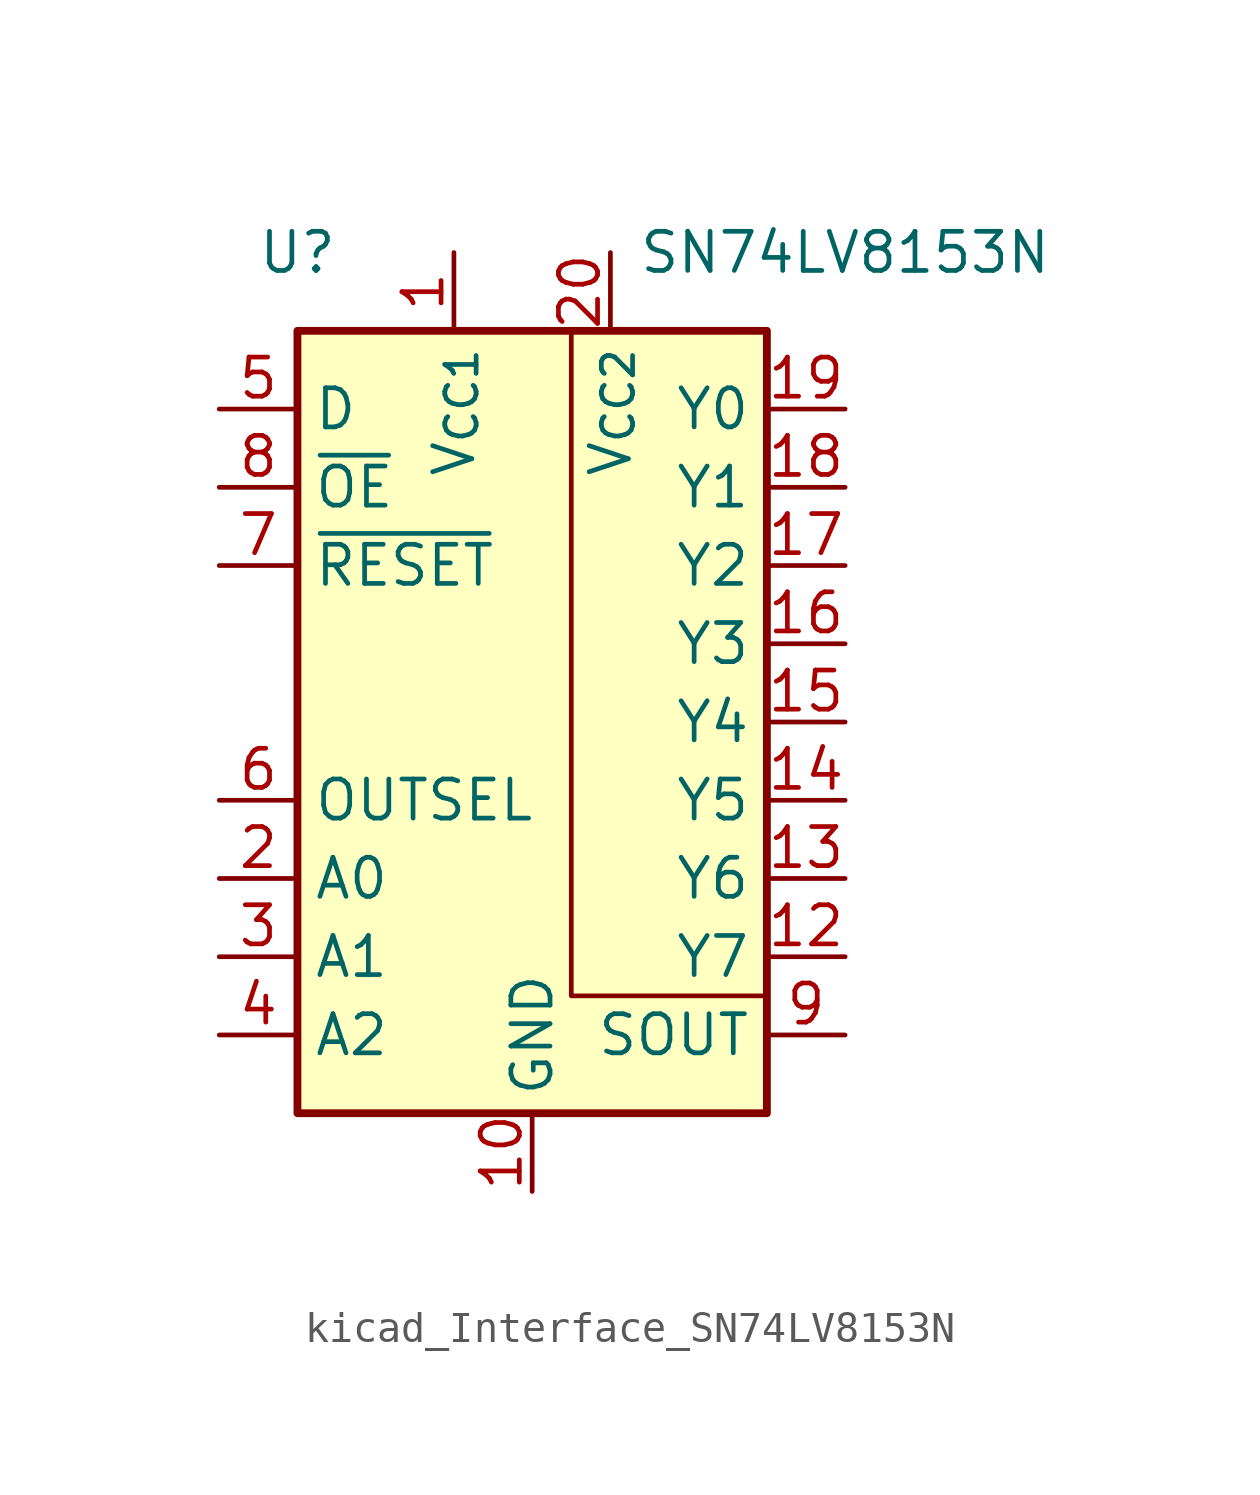
<source format=kicad_sym>
(kicad_symbol_lib
  (version 20220914)
  (generator kicad_symbol_editor)
  (symbol "kicad_Interface_SN74LV8153N"
    (property "Reference" "U"
      (at -7.62 15.24 0)
      (effects (font (size 1.27 1.27))))
    (property "Value" "SN74LV8153N"
      (at 10.16 15.24 0)
      (effects (font (size 1.27 1.27))))
    (symbol "kicad_Interface_SN74LV8153N_0_1"
      (rectangle (start -7.62 12.7) (end 7.62 -12.7) (stroke (width 0.254) (type default)) (fill (type background)))
      (polyline (pts (xy 1.27 12.7) (xy 1.27 -8.89) (xy 7.62 -8.89)) (stroke (width 0) (type default)) (fill (type none))))
    (symbol "kicad_Interface_SN74LV8153N_1_1"
      (pin power_in line (at -2.54 15.24 270) (length 2.54) (name "V_{CC1}" (effects (font (size 1.27 1.27)))) (number "1" (effects (font (size 1.27 1.27)))))
      (pin power_in line (at 0 -15.24 90) (length 2.54) (name "GND" (effects (font (size 1.27 1.27)))) (number "10" (effects (font (size 1.27 1.27)))))
      (pin passive line (at 0 -15.24 90) (length 2.54) hide (name "GND" (effects (font (size 1.27 1.27)))) (number "11" (effects (font (size 1.27 1.27)))))
      (pin open_collector line (at 10.16 -7.62 180) (length 2.54) (name "Y7" (effects (font (size 1.27 1.27)))) (number "12" (effects (font (size 1.27 1.27)))))
      (pin open_collector line (at 10.16 -5.08 180) (length 2.54) (name "Y6" (effects (font (size 1.27 1.27)))) (number "13" (effects (font (size 1.27 1.27)))))
      (pin open_collector line (at 10.16 -2.54 180) (length 2.54) (name "Y5" (effects (font (size 1.27 1.27)))) (number "14" (effects (font (size 1.27 1.27)))))
      (pin open_collector line (at 10.16 0 180) (length 2.54) (name "Y4" (effects (font (size 1.27 1.27)))) (number "15" (effects (font (size 1.27 1.27)))))
      (pin open_collector line (at 10.16 2.54 180) (length 2.54) (name "Y3" (effects (font (size 1.27 1.27)))) (number "16" (effects (font (size 1.27 1.27)))))
      (pin open_collector line (at 10.16 5.08 180) (length 2.54) (name "Y2" (effects (font (size 1.27 1.27)))) (number "17" (effects (font (size 1.27 1.27)))))
      (pin open_collector line (at 10.16 7.62 180) (length 2.54) (name "Y1" (effects (font (size 1.27 1.27)))) (number "18" (effects (font (size 1.27 1.27)))))
      (pin open_collector line (at 10.16 10.16 180) (length 2.54) (name "Y0" (effects (font (size 1.27 1.27)))) (number "19" (effects (font (size 1.27 1.27)))))
      (pin input line (at -10.16 -5.08 0) (length 2.54) (name "A0" (effects (font (size 1.27 1.27)))) (number "2" (effects (font (size 1.27 1.27)))))
      (pin power_in line (at 2.54 15.24 270) (length 2.54) (name "V_{CC2}" (effects (font (size 1.27 1.27)))) (number "20" (effects (font (size 1.27 1.27)))))
      (pin input line (at -10.16 -7.62 0) (length 2.54) (name "A1" (effects (font (size 1.27 1.27)))) (number "3" (effects (font (size 1.27 1.27)))))
      (pin input line (at -10.16 -10.16 0) (length 2.54) (name "A2" (effects (font (size 1.27 1.27)))) (number "4" (effects (font (size 1.27 1.27)))))
      (pin input line (at -10.16 10.16 0) (length 2.54) (name "D" (effects (font (size 1.27 1.27)))) (number "5" (effects (font (size 1.27 1.27)))))
      (pin input line (at -10.16 -2.54 0) (length 2.54) (name "OUTSEL" (effects (font (size 1.27 1.27)))) (number "6" (effects (font (size 1.27 1.27)))))
      (pin input line (at -10.16 5.08 0) (length 2.54) (name "~{RESET}" (effects (font (size 1.27 1.27)))) (number "7" (effects (font (size 1.27 1.27)))))
      (pin input line (at -10.16 7.62 0) (length 2.54) (name "~{OE}" (effects (font (size 1.27 1.27)))) (number "8" (effects (font (size 1.27 1.27)))))
      (pin output line (at 10.16 -10.16 180) (length 2.54) (name "SOUT" (effects (font (size 1.27 1.27)))) (number "9" (effects (font (size 1.27 1.27))))))))
</source>
